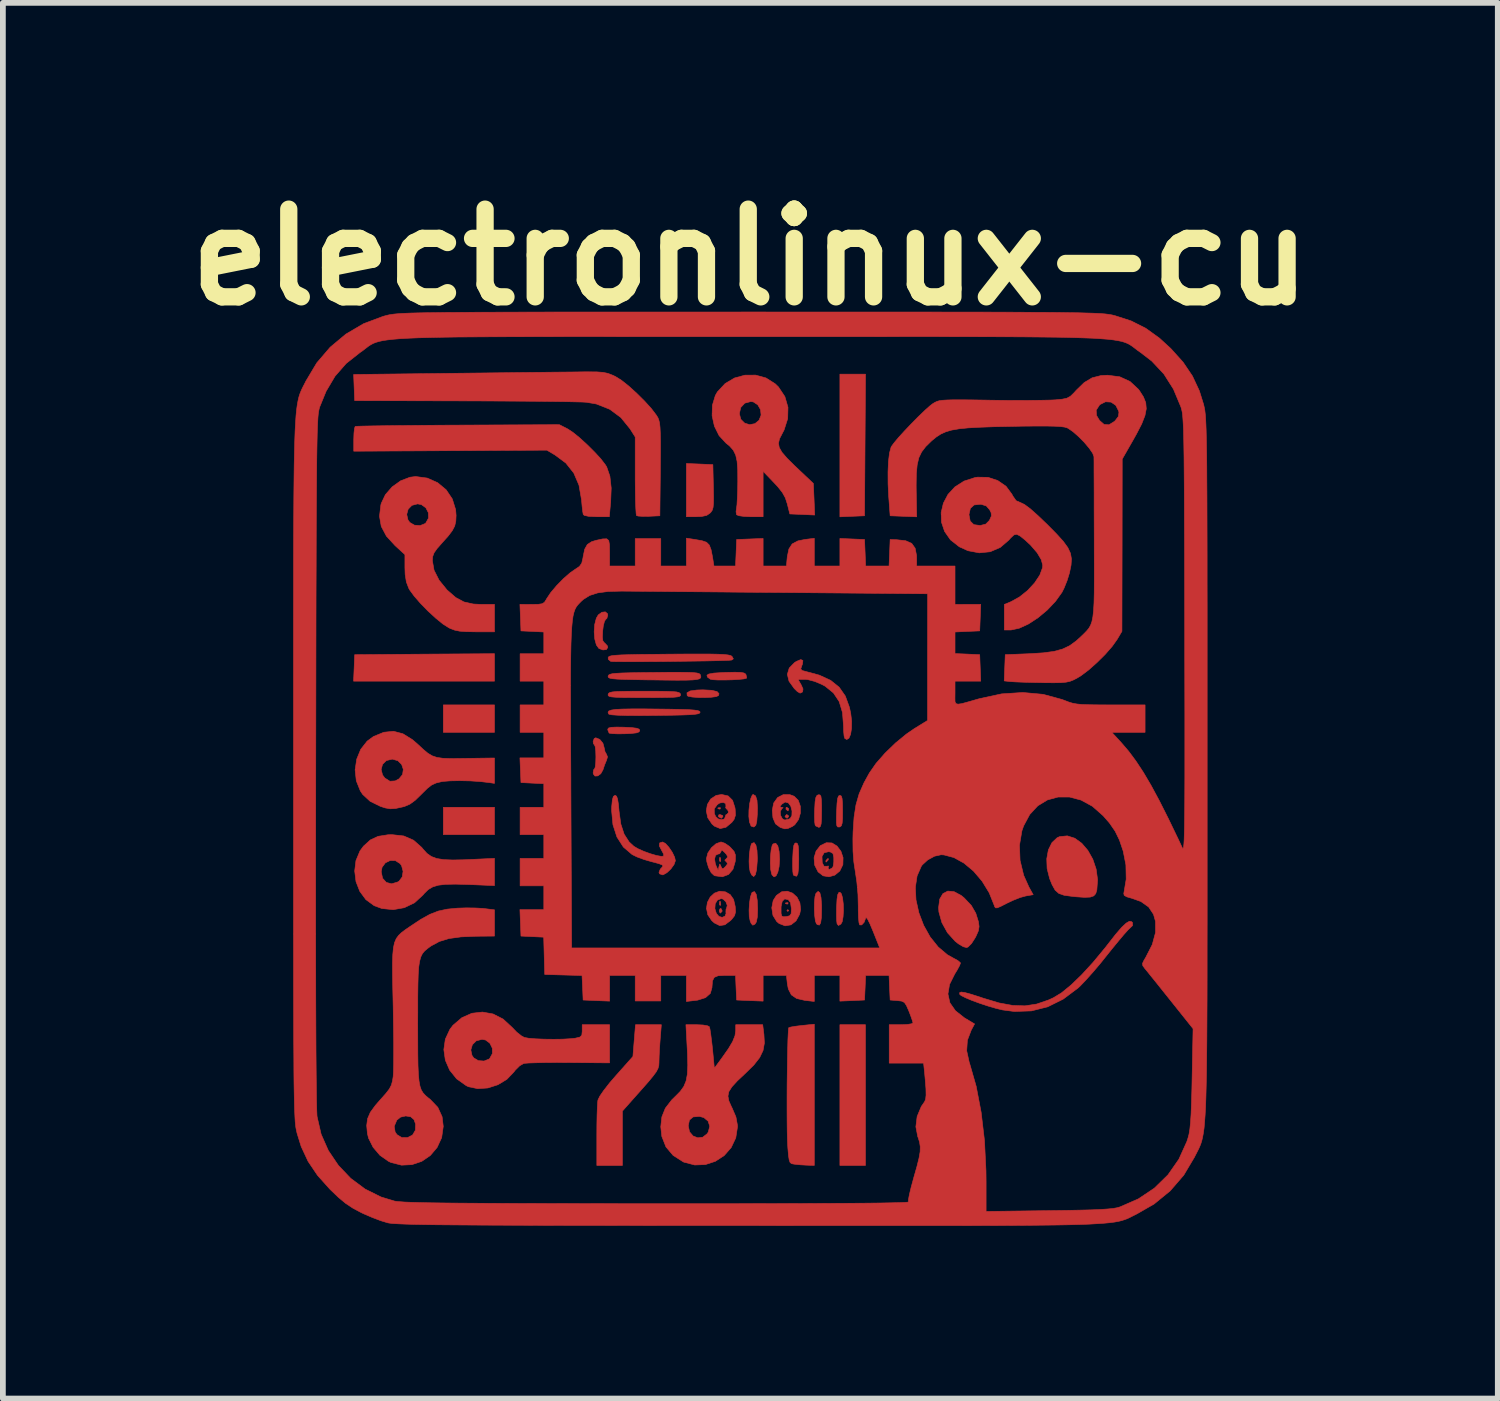
<source format=kicad_pcb>
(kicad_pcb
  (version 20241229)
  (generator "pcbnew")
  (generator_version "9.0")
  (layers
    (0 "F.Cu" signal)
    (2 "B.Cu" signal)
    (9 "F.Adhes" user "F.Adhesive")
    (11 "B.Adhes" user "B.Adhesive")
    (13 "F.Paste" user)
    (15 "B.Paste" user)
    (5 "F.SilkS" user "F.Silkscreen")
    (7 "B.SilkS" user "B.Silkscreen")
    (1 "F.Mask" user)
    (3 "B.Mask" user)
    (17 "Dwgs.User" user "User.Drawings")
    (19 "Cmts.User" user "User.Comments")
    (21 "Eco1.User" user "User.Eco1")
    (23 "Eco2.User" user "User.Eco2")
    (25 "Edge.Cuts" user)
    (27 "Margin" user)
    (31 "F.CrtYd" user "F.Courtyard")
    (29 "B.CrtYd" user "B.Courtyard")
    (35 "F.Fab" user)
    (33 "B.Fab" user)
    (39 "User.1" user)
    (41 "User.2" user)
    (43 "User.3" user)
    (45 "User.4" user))
  (footprint "electronlinux-cu"
    (layer "F.Cu")
    (at 9.986 10.308)
    (property "Reference" "electronlinux-cu" (at 0 -8.89 0) (layer "F.SilkS") (effects (font (size 1.524 1.524) (thickness 0.3))))
    (attr through_hole)
    (fp_poly (pts (xy -4.445 -0.635) (xy -5.334 -0.635) (xy -5.334 -1.111) (xy -4.445 -1.111) (xy -4.445 -0.635)) (stroke (width 0.01) (type solid)) (fill yes) (layer "F.Cu"))
    (fp_poly (pts (xy -4.445 1.143) (xy -5.334 1.143) (xy -5.334 0.667) (xy -4.445 0.667) (xy -4.445 1.143)) (stroke (width 0.01) (type solid)) (fill yes) (layer "F.Cu"))
    (fp_poly (pts (xy 0.667 2.461) (xy 0.651 2.477) (xy 0.635 2.461) (xy 0.651 2.445) (xy 0.667 2.461)) (stroke (width 0.01) (type solid)) (fill yes) (layer "F.Cu"))
    (fp_poly (pts (xy 2 6.89) (xy 1.556 6.89) (xy 1.556 4.445) (xy 2 4.445) (xy 2 6.89)) (stroke (width 0.01) (type solid)) (fill yes) (layer "F.Cu"))
    (fp_poly (pts (xy -4.445 -1.524) (xy -6.893 -1.524) (xy -6.883 -1.754) (xy -6.874 -1.984) (xy -5.659 -1.993) (xy -4.445 -2.001) (xy -4.445 -1.524)) (stroke (width 0.01) (type solid)) (fill yes) (layer "F.Cu"))
    (fp_poly (pts (xy -0.519 0.677) (xy -0.523 0.696) (xy -0.54 0.699) (xy -0.566 0.687) (xy -0.561 0.677) (xy -0.523 0.674) (xy -0.519 0.677)) (stroke (width 0.01) (type solid)) (fill yes) (layer "F.Cu"))
    (fp_poly (pts (xy -0.518 1.55) (xy -0.514 1.599) (xy -0.521 1.611) (xy -0.535 1.601) (xy -0.537 1.569) (xy -0.529 1.535) (xy -0.518 1.55)) (stroke (width 0.01) (type solid)) (fill yes) (layer "F.Cu"))
    (fp_poly (pts (xy -0.518 2.312) (xy -0.514 2.361) (xy -0.521 2.373) (xy -0.535 2.363) (xy -0.537 2.331) (xy -0.529 2.297) (xy -0.518 2.312)) (stroke (width 0.01) (type solid)) (fill yes) (layer "F.Cu"))
    (fp_poly (pts (xy 0.656 2.328) (xy 0.652 2.347) (xy 0.635 2.349) (xy 0.609 2.338) (xy 0.614 2.328) (xy 0.652 2.325) (xy 0.656 2.328)) (stroke (width 0.01) (type solid)) (fill yes) (layer "F.Cu"))
    (fp_poly (pts (xy 1.984 -4.397) (xy 1.77 -4.388) (xy 1.556 -4.379) (xy 1.556 -6.858) (xy 1.778 -6.858) (xy 2.001 -6.858) (xy 1.984 -4.397)) (stroke (width 0.01) (type solid)) (fill yes) (layer "F.Cu"))
    (fp_poly (pts (xy -0.507 2.429) (xy -0.489 2.467) (xy -0.493 2.479) (xy -0.524 2.507) (xy -0.539 2.475) (xy -0.54 2.459) (xy -0.524 2.426) (xy -0.507 2.429)) (stroke (width 0.01) (type solid)) (fill yes) (layer "F.Cu"))
    (fp_poly (pts (xy -0.482 0.81) (xy -0.476 0.826) (xy -0.499 0.856) (xy -0.506 0.857) (xy -0.549 0.834) (xy -0.556 0.826) (xy -0.548 0.798) (xy -0.526 0.794) (xy -0.482 0.81)) (stroke (width 0.01) (type solid)) (fill yes) (layer "F.Cu"))
    (fp_poly (pts (xy 0.665 0.69) (xy 0.667 0.699) (xy 0.656 0.729) (xy 0.653 0.73) (xy 0.626 0.708) (xy 0.619 0.699) (xy 0.622 0.669) (xy 0.633 0.667) (xy 0.665 0.69)) (stroke (width 0.01) (type solid)) (fill yes) (layer "F.Cu"))
    (fp_poly (pts (xy 0.666 0.818) (xy 0.667 0.826) (xy 0.643 0.856) (xy 0.635 0.857) (xy 0.604 0.833) (xy 0.603 0.826) (xy 0.627 0.795) (xy 0.635 0.794) (xy 0.666 0.818)) (stroke (width 0.01) (type solid)) (fill yes) (layer "F.Cu"))
    (fp_poly (pts (xy 1.355 1.576) (xy 1.349 1.587) (xy 1.319 1.618) (xy 1.314 1.619) (xy 1.312 1.599) (xy 1.318 1.587) (xy 1.348 1.557) (xy 1.353 1.556) (xy 1.355 1.576)) (stroke (width 0.01) (type solid)) (fill yes) (layer "F.Cu"))
    (fp_poly (pts (xy -0.881 -5.296) (xy -0.651 -5.286) (xy -0.642 -4.898) (xy -0.639 -4.733) (xy -0.64 -4.619) (xy -0.647 -4.544) (xy -0.661 -4.495) (xy -0.684 -4.461) (xy -0.698 -4.446) (xy -0.758 -4.404) (xy -0.846 -4.385) (xy -0.937 -4.381) (xy -1.111 -4.381) (xy -1.111 -5.305) (xy -0.881 -5.296)) (stroke (width 0.01) (type solid)) (fill yes) (layer "F.Cu"))
    (fp_poly (pts (xy -0.671 -1.365) (xy -0.578 -1.343) (xy -0.544 -1.306) (xy -0.554 -1.273) (xy -0.595 -1.255) (xy -0.68 -1.244) (xy -0.791 -1.239) (xy -0.907 -1.24) (xy -1.009 -1.248) (xy -1.079 -1.261) (xy -1.097 -1.273) (xy -1.101 -1.321) (xy -1.044 -1.354) (xy -0.926 -1.37) (xy -0.824 -1.373) (xy -0.671 -1.365)) (stroke (width 0.01) (type solid)) (fill yes) (layer "F.Cu"))
    (fp_poly (pts (xy 0.097 1.325) (xy 0.116 1.418) (xy 0.122 1.554) (xy 0.12 1.606) (xy 0.109 1.749) (xy 0.088 1.838) (xy 0.059 1.871) (xy 0.025 1.845) (xy -0.003 1.789) (xy -0.018 1.712) (xy -0.022 1.605) (xy -0.017 1.487) (xy -0.003 1.381) (xy 0.017 1.309) (xy 0.027 1.294) (xy 0.066 1.281) (xy 0.097 1.325)) (stroke (width 0.01) (type solid)) (fill yes) (layer "F.Cu"))
    (fp_poly (pts (xy 0.102 2.179) (xy 0.12 2.282) (xy 0.127 2.433) (xy 0.122 2.572) (xy 0.105 2.659) (xy 0.08 2.698) (xy 0.043 2.716) (xy 0.015 2.686) (xy -0.002 2.647) (xy -0.019 2.566) (xy -0.022 2.455) (xy -0.015 2.335) (xy 0.001 2.228) (xy 0.025 2.156) (xy 0.033 2.145) (xy 0.072 2.132) (xy 0.102 2.179)) (stroke (width 0.01) (type solid)) (fill yes) (layer "F.Cu"))
    (fp_poly (pts (xy 0.477 1.337) (xy 0.5 1.435) (xy 0.508 1.572) (xy 0.5 1.697) (xy 0.478 1.795) (xy 0.447 1.858) (xy 0.412 1.877) (xy 0.378 1.844) (xy 0.369 1.823) (xy 0.353 1.746) (xy 0.347 1.638) (xy 0.35 1.519) (xy 0.361 1.41) (xy 0.379 1.33) (xy 0.395 1.304) (xy 0.441 1.292) (xy 0.477 1.337)) (stroke (width 0.01) (type solid)) (fill yes) (layer "F.Cu"))
    (fp_poly (pts (xy 1.208 2.153) (xy 1.228 2.235) (xy 1.238 2.371) (xy 1.238 2.429) (xy 1.235 2.58) (xy 1.222 2.674) (xy 1.2 2.714) (xy 1.166 2.706) (xy 1.148 2.691) (xy 1.13 2.641) (xy 1.118 2.549) (xy 1.112 2.434) (xy 1.114 2.318) (xy 1.123 2.22) (xy 1.14 2.163) (xy 1.178 2.128) (xy 1.208 2.153)) (stroke (width 0.01) (type solid)) (fill yes) (layer "F.Cu"))
    (fp_poly (pts (xy 0.091 0.47) (xy 0.116 0.547) (xy 0.124 0.681) (xy 0.121 0.794) (xy 0.112 0.911) (xy 0.096 0.978) (xy 0.069 1.006) (xy 0.058 1.01) (xy 0.013 0.994) (xy -0.016 0.921) (xy -0.016 0.921) (xy -0.026 0.826) (xy -0.024 0.715) (xy -0.012 0.604) (xy 0.009 0.511) (xy 0.034 0.454) (xy 0.05 0.445) (xy 0.091 0.47)) (stroke (width 0.01) (type solid)) (fill yes) (layer "F.Cu"))
    (fp_poly (pts (xy -2.199 -0.724) (xy -2.061 -0.717) (xy -1.975 -0.706) (xy -1.932 -0.69) (xy -1.921 -0.667) (xy -1.934 -0.642) (xy -1.981 -0.625) (xy -2.073 -0.615) (xy -2.176 -0.61) (xy -2.298 -0.608) (xy -2.395 -0.612) (xy -2.449 -0.62) (xy -2.454 -0.623) (xy -2.475 -0.673) (xy -2.477 -0.689) (xy -2.463 -0.71) (xy -2.416 -0.722) (xy -2.325 -0.726) (xy -2.199 -0.724)) (stroke (width 0.01) (type solid)) (fill yes) (layer "F.Cu"))
    (fp_poly (pts (xy 1.58 0.472) (xy 1.594 0.514) (xy 1.601 0.597) (xy 1.603 0.73) (xy 1.602 0.863) (xy 1.595 0.945) (xy 1.581 0.989) (xy 1.557 1.008) (xy 1.547 1.01) (xy 1.52 1.01) (xy 1.503 0.989) (xy 1.496 0.935) (xy 1.496 0.837) (xy 1.499 0.741) (xy 1.506 0.602) (xy 1.516 0.516) (xy 1.532 0.472) (xy 1.556 0.46) (xy 1.58 0.472)) (stroke (width 0.01) (type solid)) (fill yes) (layer "F.Cu"))
    (fp_poly (pts (xy 1.583 2.172) (xy 1.603 2.246) (xy 1.615 2.349) (xy 1.618 2.463) (xy 1.611 2.572) (xy 1.596 2.656) (xy 1.573 2.697) (xy 1.531 2.721) (xy 1.508 2.693) (xy 1.507 2.692) (xy 1.5 2.639) (xy 1.497 2.543) (xy 1.498 2.421) (xy 1.499 2.394) (xy 1.506 2.264) (xy 1.518 2.186) (xy 1.537 2.149) (xy 1.556 2.143) (xy 1.583 2.172)) (stroke (width 0.01) (type solid)) (fill yes) (layer "F.Cu"))
    (fp_poly (pts (xy 0.817 1.297) (xy 0.832 1.338) (xy 0.839 1.419) (xy 0.841 1.552) (xy 0.841 1.569) (xy 0.838 1.723) (xy 0.827 1.819) (xy 0.807 1.862) (xy 0.802 1.865) (xy 0.757 1.853) (xy 0.745 1.833) (xy 0.738 1.782) (xy 0.735 1.685) (xy 0.736 1.563) (xy 0.737 1.537) (xy 0.744 1.406) (xy 0.756 1.328) (xy 0.775 1.292) (xy 0.794 1.286) (xy 0.817 1.297)) (stroke (width 0.01) (type solid)) (fill yes) (layer "F.Cu"))
    (fp_poly (pts (xy -0.169 -1.676) (xy -0.111 -1.666) (xy -0.082 -1.648) (xy -0.075 -1.635) (xy -0.064 -1.586) (xy -0.068 -1.574) (xy -0.111 -1.563) (xy -0.2 -1.554) (xy -0.316 -1.547) (xy -0.442 -1.544) (xy -0.559 -1.544) (xy -0.65 -1.549) (xy -0.693 -1.557) (xy -0.744 -1.593) (xy -0.754 -1.627) (xy -0.721 -1.648) (xy -0.633 -1.664) (xy -0.488 -1.673) (xy -0.418 -1.676) (xy -0.267 -1.679) (xy -0.169 -1.676)) (stroke (width 0.01) (type solid)) (fill yes) (layer "F.Cu"))
    (fp_poly (pts (xy 1.209 0.452) (xy 1.226 0.475) (xy 1.234 0.532) (xy 1.238 0.634) (xy 1.238 0.728) (xy 1.236 0.867) (xy 1.23 0.955) (xy 1.217 1) (xy 1.195 1.016) (xy 1.19 1.016) (xy 1.137 0.992) (xy 1.125 0.973) (xy 1.118 0.922) (xy 1.115 0.827) (xy 1.117 0.708) (xy 1.118 0.696) (xy 1.125 0.572) (xy 1.138 0.498) (xy 1.158 0.461) (xy 1.183 0.45) (xy 1.209 0.452)) (stroke (width 0.01) (type solid)) (fill yes) (layer "F.Cu"))
    (fp_poly (pts (xy 3.539 2.133) (xy 3.664 2.2) (xy 3.717 2.244) (xy 3.839 2.373) (xy 3.917 2.508) (xy 3.963 2.656) (xy 3.974 2.739) (xy 3.962 2.814) (xy 3.921 2.907) (xy 3.905 2.937) (xy 3.843 3.034) (xy 3.784 3.093) (xy 3.759 3.105) (xy 3.7 3.09) (xy 3.616 3.04) (xy 3.559 2.995) (xy 3.425 2.847) (xy 3.328 2.671) (xy 3.276 2.486) (xy 3.271 2.409) (xy 3.29 2.263) (xy 3.346 2.167) (xy 3.431 2.123) (xy 3.539 2.133)) (stroke (width 0.01) (type solid)) (fill yes) (layer "F.Cu"))
    (fp_poly (pts (xy -2.481 -2.695) (xy -2.477 -2.67) (xy -2.493 -2.613) (xy -2.513 -2.597) (xy -2.535 -2.561) (xy -2.555 -2.481) (xy -2.565 -2.399) (xy -2.57 -2.288) (xy -2.562 -2.224) (xy -2.536 -2.19) (xy -2.528 -2.185) (xy -2.484 -2.138) (xy -2.477 -2.11) (xy -2.501 -2.073) (xy -2.56 -2.066) (xy -2.63 -2.091) (xy -2.675 -2.153) (xy -2.703 -2.256) (xy -2.713 -2.381) (xy -2.704 -2.508) (xy -2.676 -2.617) (xy -2.642 -2.675) (xy -2.579 -2.721) (xy -2.519 -2.728) (xy -2.481 -2.695)) (stroke (width 0.01) (type solid)) (fill yes) (layer "F.Cu"))
    (fp_poly (pts (xy 5.637 1.205) (xy 5.758 1.293) (xy 5.864 1.417) (xy 5.95 1.57) (xy 6.008 1.742) (xy 6.033 1.925) (xy 6.02 2.105) (xy 6.001 2.167) (xy 5.966 2.207) (xy 5.904 2.228) (xy 5.804 2.232) (xy 5.655 2.222) (xy 5.591 2.215) (xy 5.454 2.197) (xy 5.361 2.165) (xy 5.296 2.108) (xy 5.243 2.013) (xy 5.2 1.907) (xy 5.156 1.732) (xy 5.15 1.562) (xy 5.178 1.408) (xy 5.24 1.282) (xy 5.33 1.197) (xy 5.374 1.177) (xy 5.507 1.164) (xy 5.637 1.205)) (stroke (width 0.01) (type solid)) (fill yes) (layer "F.Cu"))
    (fp_poly (pts (xy -2.616 -0.512) (xy -2.561 -0.445) (xy -2.54 -0.369) (xy -2.524 -0.296) (xy -2.503 -0.261) (xy -2.481 -0.209) (xy -2.498 -0.151) (xy -2.533 -0.066) (xy -2.56 0.016) (xy -2.598 0.084) (xy -2.65 0.122) (xy -2.699 0.125) (xy -2.728 0.088) (xy -2.731 0.066) (xy -2.721 0.013) (xy -2.707 0) (xy -2.695 -0.029) (xy -2.686 -0.105) (xy -2.683 -0.206) (xy -2.686 -0.311) (xy -2.695 -0.386) (xy -2.707 -0.413) (xy -2.726 -0.439) (xy -2.731 -0.476) (xy -2.712 -0.528) (xy -2.685 -0.54) (xy -2.616 -0.512)) (stroke (width 0.01) (type solid)) (fill yes) (layer "F.Cu"))
    (fp_poly (pts (xy -1.567 4.707) (xy -1.577 4.849) (xy -1.584 4.985) (xy -1.587 5.088) (xy -1.587 5.1) (xy -1.59 5.154) (xy -1.604 5.204) (xy -1.634 5.262) (xy -1.688 5.335) (xy -1.77 5.435) (xy -1.889 5.57) (xy -1.905 5.588) (xy -2.223 5.946) (xy -2.223 6.89) (xy -2.667 6.89) (xy -2.667 6.37) (xy -2.666 6.187) (xy -2.663 6.02) (xy -2.658 5.882) (xy -2.652 5.787) (xy -2.648 5.755) (xy -2.617 5.689) (xy -2.547 5.587) (xy -2.444 5.455) (xy -2.335 5.329) (xy -2.04 4.997) (xy -1.995 4.445) (xy -1.546 4.445) (xy -1.567 4.707)) (stroke (width 0.01) (type solid)) (fill yes) (layer "F.Cu"))
    (fp_poly (pts (xy 1.111 6.89) (xy 0.976 6.885) (xy 0.868 6.879) (xy 0.772 6.869) (xy 0.757 6.867) (xy 0.717 6.859) (xy 0.691 6.839) (xy 0.675 6.795) (xy 0.663 6.716) (xy 0.652 6.588) (xy 0.65 6.556) (xy 0.645 6.455) (xy 0.641 6.311) (xy 0.639 6.133) (xy 0.638 5.93) (xy 0.638 5.711) (xy 0.639 5.485) (xy 0.642 5.263) (xy 0.645 5.052) (xy 0.649 4.863) (xy 0.653 4.703) (xy 0.659 4.583) (xy 0.664 4.512) (xy 0.668 4.496) (xy 0.706 4.485) (xy 0.789 4.471) (xy 0.898 4.458) (xy 1.111 4.436) (xy 1.111 6.89)) (stroke (width 0.01) (type solid)) (fill yes) (layer "F.Cu"))
    (fp_poly (pts (xy -1.84 -1.042) (xy -1.649 -1.04) (xy -1.404 -1.037) (xy -1.215 -1.033) (xy -1.076 -1.029) (xy -0.979 -1.022) (xy -0.918 -1.014) (xy -0.885 -1.002) (xy -0.873 -0.988) (xy -0.873 -0.984) (xy -0.881 -0.969) (xy -0.908 -0.957) (xy -0.962 -0.948) (xy -1.049 -0.941) (xy -1.178 -0.936) (xy -1.353 -0.932) (xy -1.584 -0.929) (xy -1.657 -0.928) (xy -1.932 -0.926) (xy -2.147 -0.927) (xy -2.304 -0.932) (xy -2.406 -0.939) (xy -2.456 -0.95) (xy -2.462 -0.955) (xy -2.472 -0.983) (xy -2.459 -1.005) (xy -2.418 -1.021) (xy -2.341 -1.033) (xy -2.223 -1.039) (xy -2.058 -1.042) (xy -1.84 -1.042)) (stroke (width 0.01) (type solid)) (fill yes) (layer "F.Cu"))
    (fp_poly (pts (xy -1.628 -1.349) (xy -1.469 -1.347) (xy -1.358 -1.343) (xy -1.284 -1.337) (xy -1.241 -1.326) (xy -1.22 -1.312) (xy -1.213 -1.294) (xy -1.213 -1.275) (xy -1.228 -1.261) (xy -1.265 -1.251) (xy -1.333 -1.244) (xy -1.439 -1.241) (xy -1.592 -1.239) (xy -1.798 -1.238) (xy -1.841 -1.238) (xy -2.059 -1.239) (xy -2.22 -1.24) (xy -2.334 -1.244) (xy -2.408 -1.25) (xy -2.45 -1.259) (xy -2.469 -1.272) (xy -2.471 -1.29) (xy -2.47 -1.294) (xy -2.462 -1.313) (xy -2.439 -1.327) (xy -2.394 -1.337) (xy -2.319 -1.344) (xy -2.204 -1.347) (xy -2.042 -1.349) (xy -1.841 -1.349) (xy -1.628 -1.349)) (stroke (width 0.01) (type solid)) (fill yes) (layer "F.Cu"))
    (fp_poly (pts (xy 0.734 2.159) (xy 0.811 2.229) (xy 0.861 2.327) (xy 0.874 2.443) (xy 0.857 2.525) (xy 0.794 2.641) (xy 0.706 2.71) (xy 0.604 2.727) (xy 0.5 2.687) (xy 0.459 2.653) (xy 0.393 2.546) (xy 0.373 2.417) (xy 0.534 2.417) (xy 0.534 2.511) (xy 0.546 2.557) (xy 0.577 2.57) (xy 0.627 2.566) (xy 0.684 2.552) (xy 0.709 2.516) (xy 0.714 2.437) (xy 0.714 2.432) (xy 0.698 2.323) (xy 0.66 2.274) (xy 0.597 2.259) (xy 0.554 2.301) (xy 0.534 2.396) (xy 0.534 2.417) (xy 0.373 2.417) (xy 0.372 2.417) (xy 0.397 2.288) (xy 0.453 2.199) (xy 0.545 2.135) (xy 0.642 2.125) (xy 0.734 2.159)) (stroke (width 0.01) (type solid)) (fill yes) (layer "F.Cu"))
    (fp_poly (pts (xy -1.095 -1.677) (xy -0.996 -1.673) (xy -0.93 -1.666) (xy -0.891 -1.656) (xy -0.873 -1.642) (xy -0.868 -1.634) (xy -0.86 -1.605) (xy -0.862 -1.583) (xy -0.883 -1.565) (xy -0.927 -1.553) (xy -1.002 -1.545) (xy -1.115 -1.541) (xy -1.27 -1.54) (xy -1.475 -1.542) (xy -1.736 -1.546) (xy -1.788 -1.546) (xy -2.015 -1.55) (xy -2.187 -1.554) (xy -2.31 -1.559) (xy -2.392 -1.566) (xy -2.441 -1.575) (xy -2.465 -1.588) (xy -2.471 -1.604) (xy -2.47 -1.612) (xy -2.462 -1.629) (xy -2.441 -1.642) (xy -2.399 -1.653) (xy -2.329 -1.66) (xy -2.223 -1.666) (xy -2.075 -1.67) (xy -1.876 -1.673) (xy -1.674 -1.675) (xy -1.427 -1.678) (xy -1.237 -1.678) (xy -1.095 -1.677)) (stroke (width 0.01) (type solid)) (fill yes) (layer "F.Cu"))
    (fp_poly (pts (xy -0.7 -1.995) (xy -0.561 -1.992) (xy -0.461 -1.987) (xy -0.392 -1.98) (xy -0.348 -1.971) (xy -0.324 -1.959) (xy -0.318 -1.953) (xy -0.295 -1.912) (xy -0.322 -1.891) (xy -0.363 -1.887) (xy -0.459 -1.883) (xy -0.599 -1.879) (xy -0.775 -1.875) (xy -0.976 -1.872) (xy -1.195 -1.869) (xy -1.421 -1.866) (xy -1.645 -1.864) (xy -1.858 -1.863) (xy -2.05 -1.862) (xy -2.213 -1.863) (xy -2.336 -1.864) (xy -2.41 -1.866) (xy -2.426 -1.868) (xy -2.467 -1.902) (xy -2.47 -1.931) (xy -2.462 -1.946) (xy -2.442 -1.958) (xy -2.402 -1.967) (xy -2.336 -1.974) (xy -2.238 -1.98) (xy -2.101 -1.984) (xy -1.92 -1.988) (xy -1.688 -1.99) (xy -1.409 -1.993) (xy -1.118 -1.995) (xy -0.883 -1.995) (xy -0.7 -1.995)) (stroke (width 0.01) (type solid)) (fill yes) (layer "F.Cu"))
    (fp_poly (pts (xy -0.432 2.137) (xy -0.35 2.184) (xy -0.291 2.268) (xy -0.263 2.389) (xy -0.257 2.486) (xy -0.274 2.551) (xy -0.324 2.615) (xy -0.343 2.634) (xy -0.442 2.709) (xy -0.532 2.723) (xy -0.625 2.677) (xy -0.669 2.638) (xy -0.739 2.535) (xy -0.761 2.428) (xy -0.616 2.428) (xy -0.59 2.512) (xy -0.546 2.563) (xy -0.489 2.58) (xy -0.439 2.557) (xy -0.421 2.508) (xy -0.425 2.491) (xy -0.422 2.437) (xy -0.414 2.425) (xy -0.401 2.372) (xy -0.425 2.309) (xy -0.473 2.263) (xy -0.506 2.254) (xy -0.572 2.28) (xy -0.61 2.344) (xy -0.616 2.428) (xy -0.761 2.428) (xy -0.762 2.426) (xy -0.746 2.32) (xy -0.697 2.227) (xy -0.624 2.159) (xy -0.533 2.125) (xy -0.432 2.137)) (stroke (width 0.01) (type solid)) (fill yes) (layer "F.Cu"))
    (fp_poly (pts (xy 1.418 1.287) (xy 1.506 1.341) (xy 1.574 1.431) (xy 1.611 1.542) (xy 1.608 1.661) (xy 1.607 1.666) (xy 1.554 1.775) (xy 1.468 1.846) (xy 1.367 1.875) (xy 1.264 1.858) (xy 1.177 1.79) (xy 1.117 1.671) (xy 1.107 1.545) (xy 1.114 1.522) (xy 1.245 1.522) (xy 1.249 1.625) (xy 1.252 1.636) (xy 1.28 1.691) (xy 1.323 1.692) (xy 1.359 1.688) (xy 1.353 1.709) (xy 1.355 1.741) (xy 1.377 1.746) (xy 1.425 1.72) (xy 1.44 1.691) (xy 1.45 1.618) (xy 1.45 1.541) (xy 1.436 1.471) (xy 1.391 1.444) (xy 1.359 1.439) (xy 1.282 1.458) (xy 1.245 1.522) (xy 1.114 1.522) (xy 1.142 1.428) (xy 1.216 1.334) (xy 1.32 1.283) (xy 1.418 1.287)) (stroke (width 0.01) (type solid)) (fill yes) (layer "F.Cu"))
    (fp_poly (pts (xy 0.762 0.476) (xy 0.833 0.547) (xy 0.869 0.65) (xy 0.87 0.768) (xy 0.837 0.881) (xy 0.772 0.971) (xy 0.729 1.001) (xy 0.653 1.036) (xy 0.598 1.042) (xy 0.531 1.021) (xy 0.518 1.016) (xy 0.437 0.955) (xy 0.393 0.851) (xy 0.381 0.722) (xy 0.394 0.653) (xy 0.515 0.653) (xy 0.529 0.667) (xy 0.541 0.667) (xy 0.57 0.674) (xy 0.546 0.694) (xy 0.52 0.742) (xy 0.526 0.809) (xy 0.557 0.867) (xy 0.599 0.889) (xy 0.671 0.872) (xy 0.693 0.861) (xy 0.722 0.811) (xy 0.724 0.731) (xy 0.703 0.649) (xy 0.662 0.593) (xy 0.659 0.591) (xy 0.604 0.576) (xy 0.549 0.612) (xy 0.515 0.653) (xy 0.394 0.653) (xy 0.406 0.593) (xy 0.474 0.498) (xy 0.571 0.448) (xy 0.687 0.448) (xy 0.762 0.476)) (stroke (width 0.01) (type solid)) (fill yes) (layer "F.Cu"))
    (fp_poly (pts (xy -0.386 0.47) (xy -0.309 0.546) (xy -0.267 0.676) (xy -0.263 0.707) (xy -0.259 0.808) (xy -0.283 0.879) (xy -0.322 0.93) (xy -0.424 1.015) (xy -0.524 1.037) (xy -0.623 0.996) (xy -0.666 0.958) (xy -0.74 0.849) (xy -0.765 0.731) (xy -0.759 0.694) (xy -0.627 0.694) (xy -0.625 0.776) (xy -0.601 0.83) (xy -0.558 0.869) (xy -0.5 0.883) (xy -0.452 0.871) (xy -0.436 0.834) (xy -0.437 0.833) (xy -0.424 0.797) (xy -0.413 0.794) (xy -0.385 0.768) (xy -0.381 0.746) (xy -0.398 0.704) (xy -0.412 0.699) (xy -0.429 0.675) (xy -0.424 0.651) (xy -0.428 0.603) (xy -0.47 0.583) (xy -0.531 0.593) (xy -0.573 0.62) (xy -0.627 0.694) (xy -0.759 0.694) (xy -0.746 0.618) (xy -0.688 0.523) (xy -0.594 0.461) (xy -0.498 0.445) (xy -0.386 0.47)) (stroke (width 0.01) (type solid)) (fill yes) (layer "F.Cu"))
    (fp_poly (pts (xy -3.175 -5.907) (xy -3.082 -5.846) (xy -2.965 -5.751) (xy -2.837 -5.634) (xy -2.711 -5.509) (xy -2.601 -5.39) (xy -2.522 -5.288) (xy -2.496 -5.247) (xy -2.44 -5.085) (xy -2.417 -4.879) (xy -2.427 -4.624) (xy -2.428 -4.622) (xy -2.45 -4.381) (xy -2.671 -4.381) (xy -2.808 -4.387) (xy -2.885 -4.404) (xy -2.903 -4.421) (xy -2.912 -4.472) (xy -2.923 -4.565) (xy -2.933 -4.676) (xy -2.977 -4.929) (xy -3.067 -5.139) (xy -3.205 -5.313) (xy -3.395 -5.454) (xy -3.535 -5.537) (xy -5.212 -5.528) (xy -6.89 -5.519) (xy -6.89 -5.726) (xy -6.886 -5.835) (xy -6.877 -5.915) (xy -6.865 -5.949) (xy -6.83 -5.952) (xy -6.737 -5.955) (xy -6.592 -5.958) (xy -6.401 -5.961) (xy -6.169 -5.964) (xy -5.904 -5.966) (xy -5.609 -5.969) (xy -5.292 -5.971) (xy -5.079 -5.972) (xy -3.318 -5.98) (xy -3.175 -5.907)) (stroke (width 0.01) (type solid)) (fill yes) (layer "F.Cu"))
    (fp_poly (pts (xy 0.913 -1.883) (xy 0.906 -1.822) (xy 0.895 -1.794) (xy 0.876 -1.736) (xy 0.899 -1.709) (xy 0.945 -1.697) (xy 1.197 -1.629) (xy 1.395 -1.538) (xy 1.543 -1.419) (xy 1.65 -1.266) (xy 1.721 -1.072) (xy 1.744 -0.965) (xy 1.76 -0.828) (xy 1.758 -0.703) (xy 1.742 -0.601) (xy 1.713 -0.533) (xy 1.675 -0.51) (xy 1.641 -0.529) (xy 1.629 -0.57) (xy 1.621 -0.654) (xy 1.619 -0.743) (xy 1.601 -0.979) (xy 1.544 -1.169) (xy 1.444 -1.319) (xy 1.3 -1.436) (xy 1.24 -1.468) (xy 1.119 -1.519) (xy 1.002 -1.55) (xy 0.948 -1.556) (xy 0.828 -1.556) (xy 0.882 -1.462) (xy 0.915 -1.389) (xy 0.909 -1.343) (xy 0.898 -1.33) (xy 0.864 -1.316) (xy 0.816 -1.344) (xy 0.763 -1.396) (xy 0.672 -1.523) (xy 0.643 -1.643) (xy 0.676 -1.752) (xy 0.769 -1.847) (xy 0.8 -1.867) (xy 0.877 -1.899) (xy 0.913 -1.883)) (stroke (width 0.01) (type solid)) (fill yes) (layer "F.Cu"))
    (fp_poly (pts (xy 6.625 2.655) (xy 6.64 2.672) (xy 6.641 2.722) (xy 6.603 2.759) (xy 6.562 2.798) (xy 6.49 2.878) (xy 6.396 2.99) (xy 6.287 3.123) (xy 6.206 3.224) (xy 6.081 3.38) (xy 5.953 3.531) (xy 5.834 3.664) (xy 5.736 3.767) (xy 5.696 3.805) (xy 5.436 4) (xy 5.166 4.134) (xy 4.883 4.205) (xy 4.586 4.215) (xy 4.381 4.188) (xy 4.265 4.16) (xy 4.128 4.12) (xy 3.986 4.073) (xy 3.852 4.024) (xy 3.74 3.977) (xy 3.664 3.939) (xy 3.638 3.917) (xy 3.636 3.888) (xy 3.663 3.877) (xy 3.727 3.886) (xy 3.834 3.915) (xy 3.991 3.965) (xy 4.043 3.983) (xy 4.319 4.066) (xy 4.558 4.11) (xy 4.772 4.117) (xy 4.975 4.086) (xy 5.179 4.016) (xy 5.265 3.977) (xy 5.408 3.89) (xy 5.575 3.753) (xy 5.76 3.574) (xy 5.957 3.359) (xy 6.159 3.115) (xy 6.217 3.041) (xy 6.349 2.872) (xy 6.452 2.753) (xy 6.53 2.68) (xy 6.586 2.648) (xy 6.625 2.655)) (stroke (width 0.01) (type solid)) (fill yes) (layer "F.Cu"))
    (fp_poly (pts (xy -0.444 1.292) (xy -0.366 1.345) (xy -0.343 1.367) (xy -0.283 1.434) (xy -0.259 1.496) (xy -0.26 1.582) (xy -0.263 1.612) (xy -0.302 1.745) (xy -0.379 1.835) (xy -0.486 1.875) (xy -0.612 1.858) (xy -0.628 1.852) (xy -0.68 1.804) (xy -0.726 1.716) (xy -0.756 1.613) (xy -0.761 1.566) (xy -0.621 1.566) (xy -0.608 1.65) (xy -0.589 1.699) (xy -0.558 1.762) (xy -0.545 1.699) (xy -0.532 1.654) (xy -0.519 1.671) (xy -0.51 1.695) (xy -0.49 1.735) (xy -0.464 1.727) (xy -0.432 1.698) (xy -0.397 1.651) (xy -0.41 1.62) (xy -0.418 1.615) (xy -0.444 1.586) (xy -0.416 1.559) (xy -0.393 1.53) (xy -0.413 1.489) (xy -0.44 1.458) (xy -0.487 1.414) (xy -0.506 1.419) (xy -0.508 1.435) (xy -0.533 1.475) (xy -0.564 1.481) (xy -0.605 1.503) (xy -0.621 1.566) (xy -0.761 1.566) (xy -0.762 1.555) (xy -0.738 1.462) (xy -0.676 1.37) (xy -0.595 1.3) (xy -0.511 1.27) (xy -0.508 1.27) (xy -0.444 1.292)) (stroke (width 0.01) (type solid)) (fill yes) (layer "F.Cu"))
    (fp_poly (pts (xy -2.324 0.475) (xy -2.306 0.525) (xy -2.291 0.62) (xy -2.281 0.734) (xy -2.25 0.959) (xy -2.193 1.134) (xy -2.106 1.269) (xy -2.024 1.345) (xy -1.951 1.388) (xy -1.85 1.433) (xy -1.737 1.474) (xy -1.631 1.505) (xy -1.547 1.52) (xy -1.505 1.515) (xy -1.507 1.479) (xy -1.537 1.424) (xy -1.581 1.339) (xy -1.576 1.287) (xy -1.525 1.27) (xy -1.475 1.296) (xy -1.415 1.362) (xy -1.357 1.448) (xy -1.315 1.535) (xy -1.302 1.596) (xy -1.325 1.661) (xy -1.38 1.738) (xy -1.45 1.804) (xy -1.514 1.84) (xy -1.527 1.841) (xy -1.577 1.823) (xy -1.587 1.798) (xy -1.565 1.743) (xy -1.536 1.712) (xy -1.518 1.688) (xy -1.532 1.668) (xy -1.59 1.646) (xy -1.699 1.617) (xy -1.715 1.613) (xy -1.846 1.575) (xy -1.969 1.53) (xy -2.054 1.488) (xy -2.206 1.358) (xy -2.318 1.183) (xy -2.387 0.97) (xy -2.41 0.725) (xy -2.408 0.651) (xy -2.397 0.538) (xy -2.379 0.478) (xy -2.35 0.46) (xy -2.349 0.46) (xy -2.324 0.475)) (stroke (width 0.01) (type solid)) (fill yes) (layer "F.Cu"))
    (fp_poly (pts (xy -6.02 1.166) (xy -5.852 1.239) (xy -5.709 1.365) (xy -5.685 1.395) (xy -5.618 1.469) (xy -5.543 1.522) (xy -5.45 1.557) (xy -5.329 1.577) (xy -5.17 1.583) (xy -4.961 1.579) (xy -4.882 1.575) (xy -4.445 1.555) (xy -4.445 2.028) (xy -4.899 2.009) (xy -5.121 2.003) (xy -5.292 2.006) (xy -5.42 2.021) (xy -5.517 2.05) (xy -5.595 2.096) (xy -5.663 2.162) (xy -5.689 2.193) (xy -5.835 2.327) (xy -6.012 2.412) (xy -6.205 2.446) (xy -6.402 2.426) (xy -6.535 2.377) (xy -6.679 2.272) (xy -6.785 2.128) (xy -6.851 1.959) (xy -6.872 1.788) (xy -6.413 1.788) (xy -6.389 1.901) (xy -6.324 1.973) (xy -6.232 1.997) (xy -6.128 1.966) (xy -6.103 1.951) (xy -6.048 1.878) (xy -6.033 1.78) (xy -6.059 1.682) (xy -6.085 1.646) (xy -6.167 1.594) (xy -6.258 1.592) (xy -6.341 1.633) (xy -6.398 1.71) (xy -6.413 1.788) (xy -6.872 1.788) (xy -6.874 1.776) (xy -6.852 1.594) (xy -6.782 1.426) (xy -6.721 1.343) (xy -6.602 1.235) (xy -6.467 1.172) (xy -6.297 1.145) (xy -6.223 1.143) (xy -6.02 1.166)) (stroke (width 0.01) (type solid)) (fill yes) (layer "F.Cu"))
    (fp_poly (pts (xy -2.669 -6.897) (xy -2.56 -6.889) (xy -2.474 -6.871) (xy -2.389 -6.838) (xy -2.341 -6.815) (xy -2.239 -6.751) (xy -2.112 -6.65) (xy -1.974 -6.525) (xy -1.839 -6.391) (xy -1.721 -6.261) (xy -1.634 -6.147) (xy -1.605 -6.1) (xy -1.59 -6.061) (xy -1.577 -6.009) (xy -1.569 -5.935) (xy -1.564 -5.831) (xy -1.561 -5.69) (xy -1.561 -5.503) (xy -1.563 -5.262) (xy -1.563 -5.2) (xy -1.572 -4.397) (xy -1.763 -4.388) (xy -1.869 -4.387) (xy -1.947 -4.392) (xy -1.978 -4.401) (xy -1.984 -4.438) (xy -1.99 -4.529) (xy -1.995 -4.665) (xy -1.998 -4.834) (xy -2 -5.029) (xy -2 -5.095) (xy -2 -5.766) (xy -2.09 -5.908) (xy -2.249 -6.104) (xy -2.444 -6.248) (xy -2.674 -6.339) (xy -2.847 -6.369) (xy -2.912 -6.373) (xy -3.034 -6.376) (xy -3.207 -6.38) (xy -3.426 -6.383) (xy -3.683 -6.386) (xy -3.972 -6.388) (xy -4.288 -6.39) (xy -4.624 -6.392) (xy -4.953 -6.393) (xy -6.874 -6.398) (xy -6.892 -6.852) (xy -5.01 -6.874) (xy -4.659 -6.878) (xy -4.32 -6.882) (xy -3.997 -6.886) (xy -3.699 -6.889) (xy -3.432 -6.892) (xy -3.203 -6.894) (xy -3.018 -6.896) (xy -2.885 -6.898) (xy -2.821 -6.898) (xy -2.669 -6.897)) (stroke (width 0.01) (type solid)) (fill yes) (layer "F.Cu"))
    (fp_poly (pts (xy -6.036 -0.61) (xy -5.87 -0.507) (xy -5.781 -0.43) (xy -5.683 -0.339) (xy -5.603 -0.272) (xy -5.528 -0.227) (xy -5.446 -0.199) (xy -5.343 -0.184) (xy -5.206 -0.179) (xy -5.024 -0.181) (xy -4.945 -0.182) (xy -4.445 -0.189) (xy -4.445 0.252) (xy -4.532 0.239) (xy -4.687 0.221) (xy -4.865 0.209) (xy -5.048 0.205) (xy -5.213 0.208) (xy -5.341 0.218) (xy -5.364 0.222) (xy -5.459 0.245) (xy -5.536 0.28) (xy -5.612 0.339) (xy -5.708 0.434) (xy -5.713 0.439) (xy -5.823 0.546) (xy -5.915 0.613) (xy -6.008 0.653) (xy -6.039 0.661) (xy -6.163 0.688) (xy -6.256 0.694) (xy -6.346 0.678) (xy -6.428 0.651) (xy -6.605 0.564) (xy -6.734 0.445) (xy -6.776 0.382) (xy -6.846 0.207) (xy -6.866 0.019) (xy -6.865 0.01) (xy -6.414 0.01) (xy -6.39 0.106) (xy -6.35 0.159) (xy -6.262 0.215) (xy -6.169 0.209) (xy -6.103 0.173) (xy -6.042 0.098) (xy -6.029 0.009) (xy -6.058 -0.077) (xy -6.124 -0.142) (xy -6.219 -0.169) (xy -6.223 -0.169) (xy -6.324 -0.144) (xy -6.39 -0.078) (xy -6.414 0.01) (xy -6.865 0.01) (xy -6.839 -0.168) (xy -6.769 -0.339) (xy -6.658 -0.481) (xy -6.548 -0.562) (xy -6.368 -0.636) (xy -6.199 -0.653) (xy -6.036 -0.61)) (stroke (width 0.01) (type solid)) (fill yes) (layer "F.Cu"))
    (fp_poly (pts (xy -4.47 4.258) (xy -4.295 4.347) (xy -4.142 4.488) (xy -4.059 4.574) (xy -3.974 4.641) (xy -3.926 4.666) (xy -3.852 4.68) (xy -3.732 4.69) (xy -3.582 4.696) (xy -3.419 4.698) (xy -3.261 4.696) (xy -3.124 4.688) (xy -3.04 4.679) (xy -2.962 4.66) (xy -2.928 4.628) (xy -2.921 4.561) (xy -2.921 4.552) (xy -2.921 4.445) (xy -2.445 4.445) (xy -2.445 5.108) (xy -3.151 5.102) (xy -3.361 5.101) (xy -3.554 5.102) (xy -3.72 5.106) (xy -3.847 5.11) (xy -3.925 5.116) (xy -3.94 5.119) (xy -4.008 5.159) (xy -4.082 5.232) (xy -4.108 5.266) (xy -4.23 5.394) (xy -4.386 5.488) (xy -4.56 5.544) (xy -4.736 5.556) (xy -4.898 5.522) (xy -4.937 5.503) (xy -5.103 5.385) (xy -5.224 5.234) (xy -5.299 5.061) (xy -5.324 4.883) (xy -4.856 4.883) (xy -4.836 4.978) (xy -4.805 5.022) (xy -4.725 5.069) (xy -4.626 5.076) (xy -4.539 5.041) (xy -4.527 5.03) (xy -4.481 4.946) (xy -4.483 4.852) (xy -4.525 4.767) (xy -4.599 4.711) (xy -4.662 4.699) (xy -4.762 4.725) (xy -4.829 4.792) (xy -4.856 4.883) (xy -5.324 4.883) (xy -5.325 4.878) (xy -5.299 4.696) (xy -5.219 4.524) (xy -5.166 4.455) (xy -5.012 4.323) (xy -4.838 4.246) (xy -4.654 4.225) (xy -4.47 4.258)) (stroke (width 0.01) (type solid)) (fill yes) (layer "F.Cu"))
    (fp_poly (pts (xy -5.612 -5.052) (xy -5.433 -4.972) (xy -5.285 -4.849) (xy -5.178 -4.69) (xy -5.12 -4.504) (xy -5.112 -4.403) (xy -5.117 -4.303) (xy -5.136 -4.22) (xy -5.178 -4.139) (xy -5.25 -4.044) (xy -5.355 -3.927) (xy -5.443 -3.827) (xy -5.495 -3.753) (xy -5.519 -3.688) (xy -5.524 -3.616) (xy -5.495 -3.451) (xy -5.408 -3.279) (xy -5.27 -3.109) (xy -5.26 -3.1) (xy -5.117 -2.976) (xy -4.975 -2.9) (xy -4.813 -2.864) (xy -4.67 -2.857) (xy -4.445 -2.857) (xy -4.445 -2.381) (xy -4.77 -2.381) (xy -4.932 -2.384) (xy -5.048 -2.392) (xy -5.136 -2.41) (xy -5.215 -2.44) (xy -5.239 -2.452) (xy -5.34 -2.516) (xy -5.465 -2.618) (xy -5.6 -2.742) (xy -5.73 -2.875) (xy -5.841 -3.003) (xy -5.92 -3.111) (xy -5.934 -3.137) (xy -5.976 -3.247) (xy -5.997 -3.378) (xy -6.001 -3.495) (xy -6.001 -3.722) (xy -6.173 -3.88) (xy -6.323 -4.044) (xy -6.412 -4.212) (xy -6.443 -4.39) (xy -6.439 -4.421) (xy -5.97 -4.421) (xy -5.948 -4.325) (xy -5.916 -4.281) (xy -5.836 -4.234) (xy -5.737 -4.227) (xy -5.65 -4.262) (xy -5.638 -4.273) (xy -5.591 -4.357) (xy -5.594 -4.451) (xy -5.637 -4.535) (xy -5.714 -4.591) (xy -5.781 -4.604) (xy -5.88 -4.578) (xy -5.945 -4.511) (xy -5.97 -4.421) (xy -6.439 -4.421) (xy -6.419 -4.586) (xy -6.412 -4.613) (xy -6.34 -4.765) (xy -6.222 -4.9) (xy -6.075 -5.005) (xy -5.913 -5.067) (xy -5.814 -5.079) (xy -5.612 -5.052)) (stroke (width 0.01) (type solid)) (fill yes) (layer "F.Cu"))
    (fp_poly (pts (xy 0.271 -6.792) (xy 0.431 -6.691) (xy 0.488 -6.636) (xy 0.6 -6.468) (xy 0.654 -6.281) (xy 0.649 -6.084) (xy 0.586 -5.887) (xy 0.553 -5.824) (xy 0.507 -5.735) (xy 0.489 -5.658) (xy 0.502 -5.583) (xy 0.55 -5.499) (xy 0.638 -5.397) (xy 0.769 -5.267) (xy 0.804 -5.234) (xy 1.095 -4.959) (xy 1.107 -4.685) (xy 1.118 -4.41) (xy 0.902 -4.42) (xy 0.686 -4.429) (xy 0.642 -4.604) (xy 0.608 -4.709) (xy 0.557 -4.801) (xy 0.477 -4.902) (xy 0.41 -4.974) (xy 0.222 -5.17) (xy 0.222 -4.381) (xy 0.002 -4.381) (xy -0.111 -4.386) (xy -0.197 -4.398) (xy -0.239 -4.415) (xy -0.239 -4.415) (xy -0.248 -4.469) (xy -0.24 -4.527) (xy -0.232 -4.588) (xy -0.226 -4.698) (xy -0.22 -4.84) (xy -0.218 -4.996) (xy -0.219 -5.194) (xy -0.23 -5.342) (xy -0.254 -5.451) (xy -0.295 -5.535) (xy -0.357 -5.606) (xy -0.424 -5.661) (xy -0.543 -5.79) (xy -0.624 -5.953) (xy -0.664 -6.134) (xy -0.663 -6.172) (xy -0.191 -6.172) (xy -0.165 -6.073) (xy -0.099 -6.007) (xy -0.012 -5.98) (xy 0.08 -5.998) (xy 0.151 -6.056) (xy 0.187 -6.146) (xy 0.177 -6.242) (xy 0.129 -6.325) (xy 0.053 -6.375) (xy 0.009 -6.382) (xy -0.096 -6.354) (xy -0.166 -6.279) (xy -0.191 -6.172) (xy -0.663 -6.172) (xy -0.659 -6.318) (xy -0.608 -6.487) (xy -0.572 -6.55) (xy -0.438 -6.694) (xy -0.275 -6.791) (xy -0.094 -6.84) (xy 0.092 -6.841) (xy 0.271 -6.792)) (stroke (width 0.01) (type solid)) (fill yes) (layer "F.Cu"))
    (fp_poly (pts (xy -0.821 4.45) (xy -0.743 4.464) (xy -0.713 4.479) (xy -0.701 4.523) (xy -0.687 4.616) (xy -0.671 4.743) (xy -0.658 4.857) (xy -0.625 5.201) (xy -0.49 5.017) (xy -0.379 4.859) (xy -0.307 4.737) (xy -0.267 4.637) (xy -0.254 4.549) (xy -0.254 4.542) (xy -0.254 4.445) (xy 0.215 4.445) (xy 0.236 4.614) (xy 0.244 4.764) (xy 0.221 4.893) (xy 0.162 5.016) (xy 0.061 5.145) (xy -0.089 5.292) (xy -0.09 5.293) (xy -0.228 5.423) (xy -0.321 5.525) (xy -0.374 5.609) (xy -0.389 5.686) (xy -0.373 5.769) (xy -0.329 5.868) (xy -0.319 5.887) (xy -0.25 6.048) (xy -0.224 6.191) (xy -0.223 6.218) (xy -0.253 6.411) (xy -0.333 6.58) (xy -0.454 6.718) (xy -0.607 6.818) (xy -0.781 6.875) (xy -0.966 6.882) (xy -1.154 6.833) (xy -1.167 6.827) (xy -1.341 6.716) (xy -1.466 6.568) (xy -1.538 6.385) (xy -1.556 6.218) (xy -1.554 6.201) (xy -1.079 6.201) (xy -1.056 6.306) (xy -0.995 6.378) (xy -0.913 6.41) (xy -0.826 6.399) (xy -0.75 6.339) (xy -0.731 6.31) (xy -0.705 6.209) (xy -0.734 6.12) (xy -0.809 6.058) (xy -0.884 6.038) (xy -0.994 6.047) (xy -1.058 6.101) (xy -1.079 6.201) (xy -1.554 6.201) (xy -1.537 6.046) (xy -1.477 5.896) (xy -1.366 5.752) (xy -1.301 5.688) (xy -1.217 5.603) (xy -1.156 5.518) (xy -1.116 5.422) (xy -1.094 5.304) (xy -1.087 5.151) (xy -1.092 4.951) (xy -1.097 4.85) (xy -1.119 4.445) (xy -0.927 4.445) (xy -0.821 4.45)) (stroke (width 0.01) (type solid)) (fill yes) (layer "F.Cu"))
    (fp_poly (pts (xy 4.13 -5.065) (xy 4.299 -5.009) (xy 4.443 -4.909) (xy 4.545 -4.771) (xy 4.559 -4.743) (xy 4.618 -4.659) (xy 4.697 -4.625) (xy 4.762 -4.594) (xy 4.862 -4.52) (xy 4.997 -4.4) (xy 5.156 -4.248) (xy 5.317 -4.085) (xy 5.436 -3.954) (xy 5.516 -3.844) (xy 5.562 -3.745) (xy 5.579 -3.647) (xy 5.572 -3.539) (xy 5.546 -3.412) (xy 5.545 -3.406) (xy 5.504 -3.273) (xy 5.451 -3.141) (xy 5.414 -3.067) (xy 5.301 -2.91) (xy 5.158 -2.759) (xy 4.997 -2.625) (xy 4.83 -2.516) (xy 4.67 -2.443) (xy 4.529 -2.413) (xy 4.519 -2.413) (xy 4.413 -2.413) (xy 4.413 -2.857) (xy 4.527 -2.904) (xy 4.677 -2.987) (xy 4.818 -3.1) (xy 4.939 -3.231) (xy 5.029 -3.366) (xy 5.076 -3.494) (xy 5.08 -3.539) (xy 5.054 -3.636) (xy 4.983 -3.755) (xy 4.873 -3.883) (xy 4.782 -3.969) (xy 4.691 -4.043) (xy 4.63 -4.075) (xy 4.58 -4.065) (xy 4.523 -4.012) (xy 4.49 -3.974) (xy 4.342 -3.847) (xy 4.167 -3.772) (xy 3.977 -3.753) (xy 3.781 -3.79) (xy 3.631 -3.858) (xy 3.477 -3.979) (xy 3.375 -4.125) (xy 3.321 -4.285) (xy 3.317 -4.413) (xy 3.799 -4.413) (xy 3.82 -4.305) (xy 3.883 -4.243) (xy 3.989 -4.229) (xy 3.997 -4.229) (xy 4.091 -4.253) (xy 4.152 -4.315) (xy 4.158 -4.326) (xy 4.189 -4.395) (xy 4.183 -4.452) (xy 4.158 -4.501) (xy 4.1 -4.568) (xy 4.011 -4.596) (xy 3.997 -4.597) (xy 3.888 -4.585) (xy 3.823 -4.527) (xy 3.799 -4.421) (xy 3.799 -4.413) (xy 3.317 -4.413) (xy 3.315 -4.452) (xy 3.354 -4.616) (xy 3.434 -4.768) (xy 3.555 -4.899) (xy 3.713 -5) (xy 3.906 -5.062) (xy 3.949 -5.068) (xy 4.13 -5.065)) (stroke (width 0.01) (type solid)) (fill yes) (layer "F.Cu"))
    (fp_poly (pts (xy -4.779 2.417) (xy -4.65 2.424) (xy -4.623 2.427) (xy -4.445 2.449) (xy -4.445 2.677) (xy -4.445 2.905) (xy -4.771 2.908) (xy -5.029 2.919) (xy -5.237 2.948) (xy -5.403 2.999) (xy -5.539 3.072) (xy -5.555 3.082) (xy -5.613 3.125) (xy -5.66 3.165) (xy -5.697 3.21) (xy -5.725 3.267) (xy -5.746 3.342) (xy -5.761 3.441) (xy -5.77 3.573) (xy -5.775 3.744) (xy -5.778 3.96) (xy -5.778 4.229) (xy -5.779 4.413) (xy -5.778 4.714) (xy -5.777 4.959) (xy -5.774 5.154) (xy -5.767 5.307) (xy -5.756 5.423) (xy -5.74 5.511) (xy -5.717 5.578) (xy -5.686 5.629) (xy -5.646 5.673) (xy -5.596 5.716) (xy -5.561 5.743) (xy -5.429 5.881) (xy -5.355 6.044) (xy -5.335 6.212) (xy -5.363 6.408) (xy -5.442 6.578) (xy -5.56 6.717) (xy -5.709 6.819) (xy -5.879 6.876) (xy -6.06 6.885) (xy -6.245 6.838) (xy -6.287 6.818) (xy -6.434 6.715) (xy -6.554 6.574) (xy -6.633 6.416) (xy -6.653 6.334) (xy -6.664 6.21) (xy -6.187 6.21) (xy -6.171 6.309) (xy -6.139 6.355) (xy -6.056 6.405) (xy -5.956 6.406) (xy -5.868 6.361) (xy -5.819 6.277) (xy -5.816 6.171) (xy -5.843 6.094) (xy -5.901 6.044) (xy -5.987 6.03) (xy -6.076 6.05) (xy -6.142 6.103) (xy -6.187 6.21) (xy -6.664 6.21) (xy -6.665 6.195) (xy -6.65 6.078) (xy -6.602 5.967) (xy -6.513 5.845) (xy -6.431 5.751) (xy -6.334 5.642) (xy -6.272 5.562) (xy -6.236 5.493) (xy -6.216 5.417) (xy -6.205 5.346) (xy -6.2 5.27) (xy -6.197 5.139) (xy -6.196 4.963) (xy -6.196 4.752) (xy -6.199 4.514) (xy -6.203 4.259) (xy -6.205 4.121) (xy -6.212 3.82) (xy -6.216 3.576) (xy -6.217 3.38) (xy -6.212 3.227) (xy -6.201 3.109) (xy -6.181 3.018) (xy -6.151 2.948) (xy -6.11 2.892) (xy -6.057 2.842) (xy -5.989 2.791) (xy -5.914 2.74) (xy -5.726 2.615) (xy -5.567 2.527) (xy -5.42 2.47) (xy -5.267 2.437) (xy -5.092 2.42) (xy -5.092 2.42) (xy -4.936 2.415) (xy -4.779 2.417)) (stroke (width 0.01) (type solid)) (fill yes) (layer "F.Cu"))
    (fp_poly (pts (xy 6.418 -6.812) (xy 6.597 -6.73) (xy 6.743 -6.594) (xy 6.761 -6.57) (xy 6.83 -6.462) (xy 6.87 -6.361) (xy 6.879 -6.256) (xy 6.856 -6.138) (xy 6.8 -5.994) (xy 6.708 -5.816) (xy 6.645 -5.704) (xy 6.461 -5.382) (xy 6.459 -3.886) (xy 6.456 -2.39) (xy 6.374 -2.251) (xy 6.288 -2.13) (xy 6.167 -1.991) (xy 6.025 -1.85) (xy 5.879 -1.72) (xy 5.745 -1.619) (xy 5.681 -1.58) (xy 5.612 -1.544) (xy 5.551 -1.52) (xy 5.484 -1.506) (xy 5.396 -1.498) (xy 5.274 -1.496) (xy 5.104 -1.497) (xy 5.084 -1.498) (xy 4.913 -1.501) (xy 4.755 -1.505) (xy 4.624 -1.51) (xy 4.539 -1.515) (xy 4.531 -1.515) (xy 4.411 -1.528) (xy 4.42 -1.756) (xy 4.429 -1.984) (xy 4.858 -2.001) (xy 5.091 -2.016) (xy 5.275 -2.041) (xy 5.423 -2.081) (xy 5.548 -2.14) (xy 5.663 -2.224) (xy 5.741 -2.295) (xy 5.797 -2.349) (xy 5.843 -2.396) (xy 5.881 -2.442) (xy 5.911 -2.494) (xy 5.934 -2.558) (xy 5.951 -2.64) (xy 5.963 -2.747) (xy 5.971 -2.884) (xy 5.975 -3.057) (xy 5.976 -3.274) (xy 5.976 -3.539) (xy 5.975 -3.86) (xy 5.975 -3.985) (xy 5.974 -4.276) (xy 5.973 -4.549) (xy 5.973 -4.797) (xy 5.972 -5.014) (xy 5.971 -5.192) (xy 5.971 -5.324) (xy 5.97 -5.404) (xy 5.97 -5.424) (xy 5.947 -5.485) (xy 5.886 -5.573) (xy 5.801 -5.674) (xy 5.703 -5.773) (xy 5.606 -5.858) (xy 5.522 -5.916) (xy 5.504 -5.925) (xy 5.459 -5.938) (xy 5.39 -5.947) (xy 5.288 -5.953) (xy 5.149 -5.956) (xy 4.964 -5.956) (xy 4.728 -5.954) (xy 4.536 -5.95) (xy 4.232 -5.944) (xy 3.984 -5.935) (xy 3.784 -5.924) (xy 3.625 -5.908) (xy 3.498 -5.886) (xy 3.396 -5.856) (xy 3.311 -5.818) (xy 3.235 -5.769) (xy 3.161 -5.709) (xy 3.145 -5.695) (xy 3.048 -5.6) (xy 2.977 -5.508) (xy 2.928 -5.407) (xy 2.899 -5.285) (xy 2.884 -5.129) (xy 2.881 -4.927) (xy 2.882 -4.833) (xy 2.89 -4.379) (xy 2.659 -4.388) (xy 2.429 -4.397) (xy 2.404 -4.731) (xy 2.393 -4.95) (xy 2.392 -5.158) (xy 2.4 -5.341) (xy 2.418 -5.488) (xy 2.444 -5.586) (xy 2.449 -5.598) (xy 2.494 -5.66) (xy 2.573 -5.755) (xy 2.677 -5.869) (xy 2.795 -5.993) (xy 2.914 -6.114) (xy 3.026 -6.222) (xy 3.037 -6.232) (xy 6.009 -6.232) (xy 6.014 -6.141) (xy 6.067 -6.053) (xy 6.146 -5.984) (xy 6.231 -5.978) (xy 6.323 -6.035) (xy 6.339 -6.05) (xy 6.394 -6.122) (xy 6.404 -6.193) (xy 6.399 -6.217) (xy 6.349 -6.316) (xy 6.267 -6.372) (xy 6.171 -6.378) (xy 6.076 -6.33) (xy 6.064 -6.318) (xy 6.009 -6.232) (xy 3.037 -6.232) (xy 3.117 -6.304) (xy 3.17 -6.345) (xy 3.205 -6.366) (xy 3.24 -6.383) (xy 3.283 -6.396) (xy 3.34 -6.404) (xy 3.421 -6.409) (xy 3.533 -6.412) (xy 3.684 -6.412) (xy 3.881 -6.41) (xy 4.133 -6.406) (xy 4.175 -6.405) (xy 4.421 -6.402) (xy 4.658 -6.401) (xy 4.875 -6.402) (xy 5.062 -6.404) (xy 5.208 -6.407) (xy 5.298 -6.411) (xy 5.42 -6.423) (xy 5.5 -6.44) (xy 5.559 -6.472) (xy 5.619 -6.529) (xy 5.663 -6.578) (xy 5.801 -6.712) (xy 5.938 -6.794) (xy 6.091 -6.833) (xy 6.207 -6.839) (xy 6.418 -6.812)) (stroke (width 0.01) (type solid)) (fill yes) (layer "F.Cu"))
    (fp_poly (pts (xy 0.731 -7.937) (xy 1.4 -7.937) (xy 2.012 -7.937) (xy 2.569 -7.937) (xy 3.073 -7.937) (xy 3.528 -7.936) (xy 3.935 -7.936) (xy 4.298 -7.935) (xy 4.62 -7.934) (xy 4.903 -7.932) (xy 5.151 -7.931) (xy 5.365 -7.929) (xy 5.548 -7.926) (xy 5.704 -7.924) (xy 5.835 -7.92) (xy 5.944 -7.917) (xy 6.034 -7.913) (xy 6.106 -7.909) (xy 6.165 -7.904) (xy 6.213 -7.898) (xy 6.252 -7.892) (xy 6.286 -7.886) (xy 6.317 -7.878) (xy 6.331 -7.875) (xy 6.615 -7.783) (xy 6.868 -7.656) (xy 7.106 -7.485) (xy 7.304 -7.304) (xy 7.519 -7.065) (xy 7.681 -6.825) (xy 7.801 -6.568) (xy 7.875 -6.331) (xy 7.882 -6.3) (xy 7.889 -6.268) (xy 7.896 -6.231) (xy 7.901 -6.187) (xy 7.907 -6.134) (xy 7.911 -6.067) (xy 7.915 -5.985) (xy 7.919 -5.885) (xy 7.922 -5.764) (xy 7.925 -5.62) (xy 7.928 -5.448) (xy 7.93 -5.248) (xy 7.931 -5.016) (xy 7.933 -4.748) (xy 7.934 -4.444) (xy 7.935 -4.098) (xy 7.936 -3.71) (xy 7.936 -3.276) (xy 7.937 -2.794) (xy 7.937 -2.26) (xy 7.937 -1.672) (xy 7.937 -1.027) (xy 7.937 -0.323) (xy 7.937 -0.019) (xy 7.937 0.725) (xy 7.937 1.409) (xy 7.937 2.034) (xy 7.937 2.604) (xy 7.936 3.122) (xy 7.936 3.59) (xy 7.935 4.011) (xy 7.933 4.388) (xy 7.931 4.723) (xy 7.928 5.019) (xy 7.925 5.28) (xy 7.92 5.507) (xy 7.915 5.704) (xy 7.909 5.873) (xy 7.901 6.017) (xy 7.892 6.138) (xy 7.883 6.241) (xy 7.871 6.326) (xy 7.858 6.398) (xy 7.844 6.458) (xy 7.828 6.51) (xy 7.81 6.556) (xy 7.791 6.599) (xy 7.769 6.642) (xy 7.746 6.687) (xy 7.72 6.738) (xy 7.718 6.743) (xy 7.53 7.059) (xy 7.295 7.331) (xy 7.015 7.56) (xy 6.721 7.729) (xy 6.672 7.754) (xy 6.628 7.776) (xy 6.587 7.797) (xy 6.546 7.816) (xy 6.502 7.832) (xy 6.452 7.848) (xy 6.394 7.862) (xy 6.326 7.874) (xy 6.243 7.885) (xy 6.144 7.894) (xy 6.026 7.902) (xy 5.886 7.91) (xy 5.721 7.916) (xy 5.529 7.921) (xy 5.306 7.925) (xy 5.051 7.928) (xy 4.759 7.931) (xy 4.43 7.933) (xy 4.059 7.934) (xy 3.644 7.935) (xy 3.182 7.935) (xy 2.671 7.935) (xy 2.108 7.935) (xy 1.49 7.935) (xy 0.814 7.935) (xy 0.078 7.934) (xy -0.016 7.934) (xy -0.761 7.934) (xy -1.445 7.934) (xy -2.07 7.933) (xy -2.64 7.932) (xy -3.157 7.932) (xy -3.623 7.931) (xy -4.042 7.929) (xy -4.415 7.928) (xy -4.745 7.926) (xy -5.035 7.924) (xy -5.288 7.922) (xy -5.505 7.92) (xy -5.691 7.917) (xy -5.846 7.914) (xy -5.975 7.91) (xy -6.079 7.906) (xy -6.16 7.902) (xy -6.223 7.898) (xy -6.269 7.892) (xy -6.3 7.887) (xy -6.302 7.886) (xy -6.421 7.85) (xy -6.568 7.794) (xy -6.719 7.729) (xy -6.763 7.708) (xy -6.907 7.631) (xy -7.032 7.548) (xy -7.156 7.445) (xy -7.3 7.307) (xy -7.303 7.304) (xy -7.519 7.063) (xy -7.683 6.82) (xy -7.804 6.56) (xy -7.875 6.331) (xy -7.882 6.3) (xy -7.889 6.268) (xy -7.896 6.231) (xy -7.901 6.187) (xy -7.907 6.134) (xy -7.911 6.067) (xy -7.915 5.985) (xy -7.919 5.885) (xy -7.922 5.764) (xy -7.925 5.62) (xy -7.928 5.448) (xy -7.93 5.248) (xy -7.931 5.016) (xy -7.933 4.748) (xy -7.934 4.444) (xy -7.935 4.098) (xy -7.936 3.71) (xy -7.936 3.276) (xy -7.937 2.794) (xy -7.937 2.26) (xy -7.937 2.205) (xy -7.552 2.205) (xy -7.552 2.869) (xy -7.551 3.47) (xy -7.55 4.009) (xy -7.548 4.486) (xy -7.546 4.9) (xy -7.543 5.251) (xy -7.54 5.539) (xy -7.537 5.764) (xy -7.533 5.926) (xy -7.529 6.024) (xy -7.526 6.048) (xy -7.457 6.347) (xy -7.332 6.63) (xy -7.158 6.888) (xy -6.943 7.114) (xy -6.693 7.3) (xy -6.416 7.438) (xy -6.182 7.509) (xy -6.144 7.515) (xy -6.085 7.52) (xy -6.004 7.526) (xy -5.898 7.53) (xy -5.763 7.534) (xy -5.597 7.538) (xy -5.397 7.541) (xy -5.16 7.544) (xy -4.883 7.546) (xy -4.562 7.548) (xy -4.196 7.55) (xy -3.781 7.551) (xy -3.313 7.552) (xy -2.791 7.553) (xy -2.211 7.554) (xy -1.609 7.554) (xy -0.913 7.554) (xy -0.28 7.554) (xy 0.292 7.553) (xy 0.801 7.552) (xy 1.25 7.55) (xy 1.639 7.548) (xy 1.968 7.546) (xy 2.239 7.543) (xy 2.451 7.539) (xy 2.605 7.535) (xy 2.703 7.531) (xy 2.744 7.526) (xy 2.746 7.524) (xy 2.747 7.483) (xy 2.764 7.393) (xy 2.794 7.268) (xy 2.834 7.121) (xy 2.84 7.099) (xy 2.895 6.906) (xy 2.931 6.761) (xy 2.95 6.651) (xy 2.952 6.563) (xy 2.94 6.484) (xy 2.914 6.402) (xy 2.908 6.387) (xy 2.876 6.218) (xy 2.898 6.039) (xy 2.97 5.866) (xy 3.027 5.783) (xy 3.045 5.742) (xy 3.053 5.669) (xy 3.051 5.557) (xy 3.038 5.395) (xy 3.029 5.294) (xy 3.01 5.112) (xy 2.413 5.112) (xy 2.413 4.445) (xy 2.619 4.445) (xy 2.724 4.441) (xy 2.799 4.429) (xy 2.826 4.414) (xy 2.814 4.37) (xy 2.785 4.287) (xy 2.755 4.209) (xy 2.712 4.111) (xy 2.676 4.058) (xy 2.629 4.035) (xy 2.557 4.026) (xy 2.556 4.026) (xy 2.429 4.016) (xy 2.419 3.802) (xy 2.41 3.588) (xy 2.003 3.588) (xy 1.994 3.802) (xy 1.984 4.016) (xy 1.77 4.026) (xy 1.556 4.035) (xy 1.556 3.588) (xy 1.111 3.588) (xy 1.111 4.041) (xy 0.946 4.022) (xy 0.804 3.989) (xy 0.712 3.926) (xy 0.66 3.824) (xy 0.643 3.734) (xy 0.627 3.588) (xy 0.222 3.588) (xy 0.222 4.035) (xy -0.008 4.026) (xy -0.238 4.016) (xy -0.248 3.802) (xy -0.257 3.588) (xy -0.442 3.588) (xy -0.559 3.594) (xy -0.627 3.622) (xy -0.658 3.684) (xy -0.666 3.792) (xy -0.666 3.799) (xy -0.695 3.901) (xy -0.779 3.975) (xy -0.915 4.018) (xy -0.945 4.022) (xy -1.111 4.041) (xy -1.111 3.588) (xy -1.556 3.588) (xy -1.556 4.032) (xy -2 4.032) (xy -2 3.588) (xy -2.445 3.588) (xy -2.445 4.035) (xy -2.675 4.026) (xy -2.905 4.016) (xy -2.914 3.803) (xy -2.924 3.59) (xy -3.248 3.581) (xy -3.572 3.572) (xy -3.59 2.924) (xy -3.985 2.905) (xy -3.994 2.675) (xy -4.003 2.445) (xy -3.588 2.445) (xy -3.588 2.032) (xy -4 2.032) (xy -4 1.556) (xy -3.588 1.556) (xy -3.588 1.143) (xy -4 1.143) (xy -4 0.667) (xy -3.588 0.667) (xy -3.588 0.257) (xy -3.786 0.248) (xy -3.985 0.238) (xy -3.994 0.024) (xy -4.003 -0.191) (xy -3.588 -0.191) (xy -3.588 -0.635) (xy -4 -0.635) (xy -4 -1.111) (xy -3.588 -1.111) (xy -3.588 -1.453) (xy -3.124 -1.453) (xy -3.123 -1.127) (xy -3.122 -0.751) (xy -3.121 -0.32) (xy -3.118 0.169) (xy -3.118 0.31) (xy -3.105 3.111) (xy 2.248 3.111) (xy 2.132 2.82) (xy 2.078 2.692) (xy 2.037 2.611) (xy 2.011 2.581) (xy 2.005 2.59) (xy 1.977 2.666) (xy 1.935 2.711) (xy 1.9 2.711) (xy 1.888 2.674) (xy 1.879 2.587) (xy 1.875 2.467) (xy 1.875 2.386) (xy 1.87 2.181) (xy 1.859 2.059) (xy 2.867 2.059) (xy 2.878 2.276) (xy 2.928 2.5) (xy 3.011 2.718) (xy 3.124 2.92) (xy 3.263 3.094) (xy 3.424 3.23) (xy 3.528 3.288) (xy 3.604 3.329) (xy 3.647 3.366) (xy 3.651 3.375) (xy 3.635 3.418) (xy 3.594 3.494) (xy 3.551 3.564) (xy 3.461 3.745) (xy 3.433 3.911) (xy 3.467 4.064) (xy 3.563 4.202) (xy 3.72 4.326) (xy 3.735 4.335) (xy 3.896 4.431) (xy 3.838 4.539) (xy 3.771 4.715) (xy 3.759 4.898) (xy 3.803 5.099) (xy 3.809 5.115) (xy 3.924 5.516) (xy 4.01 5.966) (xy 4.068 6.458) (xy 4.094 6.985) (xy 4.096 7.17) (xy 4.096 7.689) (xy 5.183 7.675) (xy 5.489 7.671) (xy 5.738 7.666) (xy 5.937 7.661) (xy 6.093 7.654) (xy 6.212 7.646) (xy 6.303 7.637) (xy 6.371 7.625) (xy 6.423 7.61) (xy 6.741 7.471) (xy 7.02 7.284) (xy 7.256 7.053) (xy 7.445 6.782) (xy 7.584 6.475) (xy 7.604 6.413) (xy 7.622 6.345) (xy 7.636 6.259) (xy 7.647 6.148) (xy 7.657 6.002) (xy 7.664 5.815) (xy 7.671 5.579) (xy 7.675 5.377) (xy 7.692 4.514) (xy 7.303 4.027) (xy 7.179 3.872) (xy 7.065 3.729) (xy 6.968 3.609) (xy 6.896 3.519) (xy 6.855 3.47) (xy 6.854 3.468) (xy 6.819 3.421) (xy 6.813 3.381) (xy 6.839 3.326) (xy 6.868 3.278) (xy 6.983 3.053) (xy 7.04 2.842) (xy 7.039 2.649) (xy 7.005 2.528) (xy 6.92 2.4) (xy 6.786 2.305) (xy 6.633 2.25) (xy 6.539 2.223) (xy 6.495 2.197) (xy 6.488 2.162) (xy 6.492 2.145) (xy 6.53 1.917) (xy 6.525 1.669) (xy 6.478 1.429) (xy 6.413 1.237) (xy 6.338 1.083) (xy 6.24 0.941) (xy 6.129 0.814) (xy 5.943 0.65) (xy 5.745 0.542) (xy 5.544 0.489) (xy 5.347 0.489) (xy 5.161 0.54) (xy 4.994 0.642) (xy 4.854 0.793) (xy 4.748 0.991) (xy 4.718 1.077) (xy 4.676 1.327) (xy 4.686 1.59) (xy 4.749 1.85) (xy 4.84 2.053) (xy 4.914 2.186) (xy 4.786 2.208) (xy 4.691 2.234) (xy 4.569 2.282) (xy 4.458 2.334) (xy 4.353 2.388) (xy 4.292 2.414) (xy 4.26 2.415) (xy 4.244 2.393) (xy 4.237 2.37) (xy 4.15 2.153) (xy 4.027 1.952) (xy 3.879 1.778) (xy 3.712 1.638) (xy 3.537 1.541) (xy 3.363 1.495) (xy 3.314 1.492) (xy 3.201 1.517) (xy 3.083 1.581) (xy 2.989 1.667) (xy 2.972 1.689) (xy 2.897 1.86) (xy 2.867 2.059) (xy 1.859 2.059) (xy 1.85 1.962) (xy 1.825 1.794) (xy 1.798 1.616) (xy 1.784 1.431) (xy 1.782 1.217) (xy 1.785 1.095) (xy 1.802 0.84) (xy 1.835 0.626) (xy 1.89 0.434) (xy 1.974 0.243) (xy 2.068 0.072) (xy 2.184 -0.095) (xy 2.341 -0.274) (xy 2.523 -0.45) (xy 2.712 -0.605) (xy 2.85 -0.7) (xy 3.079 -0.841) (xy 3.079 -1.942) (xy 3.08 -3.042) (xy 0.579 -3.064) (xy 0.178 -3.067) (xy -0.212 -3.07) (xy -0.585 -3.074) (xy -0.934 -3.077) (xy -1.255 -3.079) (xy -1.541 -3.082) (xy -1.787 -3.084) (xy -1.988 -3.086) (xy -2.137 -3.087) (xy -2.229 -3.088) (xy -2.238 -3.088) (xy -2.47 -3.082) (xy -2.65 -3.058) (xy -2.791 -3.013) (xy -2.901 -2.944) (xy -2.94 -2.909) (xy -2.972 -2.876) (xy -3 -2.846) (xy -3.025 -2.812) (xy -3.046 -2.772) (xy -3.064 -2.721) (xy -3.08 -2.656) (xy -3.092 -2.572) (xy -3.102 -2.465) (xy -3.11 -2.332) (xy -3.116 -2.168) (xy -3.12 -1.97) (xy -3.123 -1.733) (xy -3.124 -1.453) (xy -3.588 -1.453) (xy -3.588 -1.524) (xy -4 -1.524) (xy -4 -2) (xy -3.588 -2) (xy -3.588 -2.378) (xy -3.786 -2.388) (xy -3.985 -2.397) (xy -3.994 -2.627) (xy -4.003 -2.858) (xy -3.796 -2.857) (xy -3.684 -2.859) (xy -3.617 -2.869) (xy -3.577 -2.894) (xy -3.546 -2.942) (xy -3.537 -2.959) (xy -3.468 -3.062) (xy -3.366 -3.183) (xy -3.247 -3.305) (xy -3.13 -3.407) (xy -3.045 -3.466) (xy -2.969 -3.517) (xy -2.929 -3.574) (xy -2.908 -3.664) (xy -2.905 -3.685) (xy -2.878 -3.816) (xy -2.832 -3.898) (xy -2.757 -3.947) (xy -2.682 -3.97) (xy -2.566 -3.995) (xy -2.495 -3.997) (xy -2.46 -3.967) (xy -2.447 -3.893) (xy -2.445 -3.767) (xy -2.445 -3.524) (xy -2 -3.524) (xy -2 -4) (xy -1.556 -4) (xy -1.556 -3.524) (xy -1.111 -3.524) (xy -1.111 -3.766) (xy -1.111 -4.008) (xy -0.96 -3.985) (xy -0.84 -3.964) (xy -0.761 -3.937) (xy -0.713 -3.889) (xy -0.682 -3.808) (xy -0.657 -3.681) (xy -0.651 -3.643) (xy -0.632 -3.524) (xy -0.257 -3.524) (xy -0.247 -3.754) (xy -0.238 -3.985) (xy -0.008 -3.994) (xy 0.222 -4.003) (xy 0.222 -3.524) (xy 0.627 -3.524) (xy 0.642 -3.686) (xy 0.67 -3.82) (xy 0.727 -3.908) (xy 0.827 -3.961) (xy 0.945 -3.985) (xy 1.111 -4.006) (xy 1.111 -3.524) (xy 1.556 -3.524) (xy 1.556 -4.003) (xy 1.77 -3.994) (xy 1.984 -3.985) (xy 1.994 -3.754) (xy 2.003 -3.524) (xy 2.41 -3.524) (xy 2.42 -3.754) (xy 2.429 -3.985) (xy 2.543 -3.981) (xy 2.698 -3.964) (xy 2.803 -3.918) (xy 2.863 -3.834) (xy 2.888 -3.706) (xy 2.889 -3.65) (xy 2.889 -3.524) (xy 3.556 -3.524) (xy 3.556 -2.857) (xy 3.78 -2.858) (xy 4.003 -2.858) (xy 3.985 -2.397) (xy 3.77 -2.388) (xy 3.556 -2.378) (xy 3.556 -2.003) (xy 3.77 -1.994) (xy 3.985 -1.984) (xy 3.994 -1.754) (xy 4.003 -1.524) (xy 3.556 -1.524) (xy 3.556 -1.314) (xy 3.555 -1.228) (xy 3.556 -1.169) (xy 3.571 -1.135) (xy 3.608 -1.124) (xy 3.676 -1.134) (xy 3.786 -1.164) (xy 3.946 -1.21) (xy 3.985 -1.221) (xy 4.366 -1.303) (xy 4.735 -1.327) (xy 5.087 -1.295) (xy 5.417 -1.205) (xy 5.467 -1.186) (xy 5.535 -1.16) (xy 5.601 -1.14) (xy 5.675 -1.127) (xy 5.768 -1.118) (xy 5.893 -1.114) (xy 6.059 -1.112) (xy 6.254 -1.111) (xy 6.858 -1.111) (xy 6.858 -0.635) (xy 6.28 -0.635) (xy 6.448 -0.452) (xy 6.573 -0.306) (xy 6.698 -0.138) (xy 6.826 0.056) (xy 6.96 0.283) (xy 7.104 0.55) (xy 7.261 0.861) (xy 7.436 1.224) (xy 7.502 1.365) (xy 7.509 1.379) (xy 7.516 1.382) (xy 7.523 1.372) (xy 7.528 1.345) (xy 7.533 1.299) (xy 7.537 1.229) (xy 7.54 1.133) (xy 7.543 1.008) (xy 7.545 0.85) (xy 7.547 0.656) (xy 7.548 0.423) (xy 7.549 0.147) (xy 7.549 -0.174) (xy 7.549 -0.544) (xy 7.549 -0.966) (xy 7.548 -1.443) (xy 7.547 -1.978) (xy 7.547 -2.318) (xy 7.546 -2.889) (xy 7.545 -3.401) (xy 7.544 -3.856) (xy 7.542 -4.258) (xy 7.541 -4.611) (xy 7.539 -4.918) (xy 7.537 -5.182) (xy 7.535 -5.408) (xy 7.532 -5.597) (xy 7.529 -5.755) (xy 7.526 -5.885) (xy 7.521 -5.989) (xy 7.516 -6.072) (xy 7.511 -6.137) (xy 7.505 -6.188) (xy 7.497 -6.228) (xy 7.489 -6.26) (xy 7.481 -6.287) (xy 7.351 -6.598) (xy 7.184 -6.861) (xy 6.976 -7.083) (xy 6.779 -7.235) (xy 6.733 -7.267) (xy 6.694 -7.297) (xy 6.659 -7.324) (xy 6.626 -7.348) (xy 6.591 -7.371) (xy 6.553 -7.391) (xy 6.508 -7.409) (xy 6.453 -7.426) (xy 6.387 -7.44) (xy 6.305 -7.453) (xy 6.207 -7.464) (xy 6.088 -7.473) (xy 5.946 -7.482) (xy 5.779 -7.488) (xy 5.584 -7.494) (xy 5.358 -7.499) (xy 5.098 -7.502) (xy 4.802 -7.505) (xy 4.467 -7.507) (xy 4.09 -7.508) (xy 3.668 -7.509) (xy 3.2 -7.51) (xy 2.682 -7.51) (xy 2.111 -7.509) (xy 1.485 -7.509) (xy 0.801 -7.509) (xy 0.057 -7.509) (xy 0 -7.509) (xy -0.749 -7.509) (xy -1.437 -7.509) (xy -2.067 -7.509) (xy -2.642 -7.51) (xy -3.164 -7.51) (xy -3.636 -7.509) (xy -4.061 -7.508) (xy -4.441 -7.507) (xy -4.779 -7.505) (xy -5.078 -7.503) (xy -5.34 -7.499) (xy -5.569 -7.494) (xy -5.766 -7.489) (xy -5.936 -7.482) (xy -6.079 -7.474) (xy -6.2 -7.464) (xy -6.3 -7.453) (xy -6.382 -7.441) (xy -6.45 -7.426) (xy -6.505 -7.41) (xy -6.551 -7.392) (xy -6.59 -7.371) (xy -6.626 -7.349) (xy -6.659 -7.324) (xy -6.694 -7.297) (xy -6.733 -7.267) (xy -6.779 -7.235) (xy -6.783 -7.232) (xy -7.022 -7.043) (xy -7.215 -6.822) (xy -7.37 -6.561) (xy -7.482 -6.287) (xy -7.489 -6.263) (xy -7.495 -6.237) (xy -7.501 -6.203) (xy -7.507 -6.161) (xy -7.512 -6.106) (xy -7.516 -6.037) (xy -7.52 -5.95) (xy -7.524 -5.843) (xy -7.527 -5.713) (xy -7.53 -5.557) (xy -7.533 -5.373) (xy -7.535 -5.157) (xy -7.537 -4.908) (xy -7.539 -4.621) (xy -7.541 -4.295) (xy -7.542 -3.927) (xy -7.543 -3.514) (xy -7.545 -3.053) (xy -7.546 -2.541) (xy -7.547 -1.976) (xy -7.548 -1.355) (xy -7.549 -0.675) (xy -7.55 -0.159) (xy -7.551 0.691) (xy -7.552 1.479) (xy -7.552 2.205) (xy -7.937 2.205) (xy -7.937 1.672) (xy -7.937 1.027) (xy -7.937 0.323) (xy -7.937 0.019) (xy -7.937 -0.725) (xy -7.937 -1.409) (xy -7.937 -2.034) (xy -7.937 -2.604) (xy -7.936 -3.122) (xy -7.936 -3.59) (xy -7.935 -4.011) (xy -7.933 -4.387) (xy -7.931 -4.722) (xy -7.928 -5.019) (xy -7.925 -5.279) (xy -7.92 -5.506) (xy -7.915 -5.703) (xy -7.909 -5.872) (xy -7.901 -6.016) (xy -7.893 -6.138) (xy -7.883 -6.24) (xy -7.871 -6.326) (xy -7.858 -6.397) (xy -7.844 -6.458) (xy -7.828 -6.51) (xy -7.81 -6.556) (xy -7.791 -6.599) (xy -7.77 -6.642) (xy -7.746 -6.688) (xy -7.721 -6.738) (xy -7.718 -6.743) (xy -7.533 -7.053) (xy -7.3 -7.325) (xy -7.026 -7.554) (xy -6.718 -7.735) (xy -6.382 -7.861) (xy -6.335 -7.874) (xy -6.304 -7.882) (xy -6.272 -7.889) (xy -6.236 -7.895) (xy -6.193 -7.901) (xy -6.14 -7.906) (xy -6.076 -7.911) (xy -5.996 -7.915) (xy -5.899 -7.919) (xy -5.781 -7.922) (xy -5.64 -7.925) (xy -5.472 -7.927) (xy -5.276 -7.93) (xy -5.048 -7.931) (xy -4.786 -7.933) (xy -4.487 -7.934) (xy -4.148 -7.935) (xy -3.767 -7.936) (xy -3.34 -7.937) (xy -2.865 -7.937) (xy -2.339 -7.937) (xy -1.759 -7.937) (xy -1.123 -7.937) (xy -0.428 -7.937) (xy 0 -7.938) (xy 0.731 -7.937)) (stroke (width 0.01) (type solid)) (fill yes) (layer "F.Cu")))
  (gr_rect
    (start -3 -3)
    (end 22.972 21.248)
    (stroke (width 0.1) (type default))
    (fill no)
    (layer "Edge.Cuts")))
</source>
